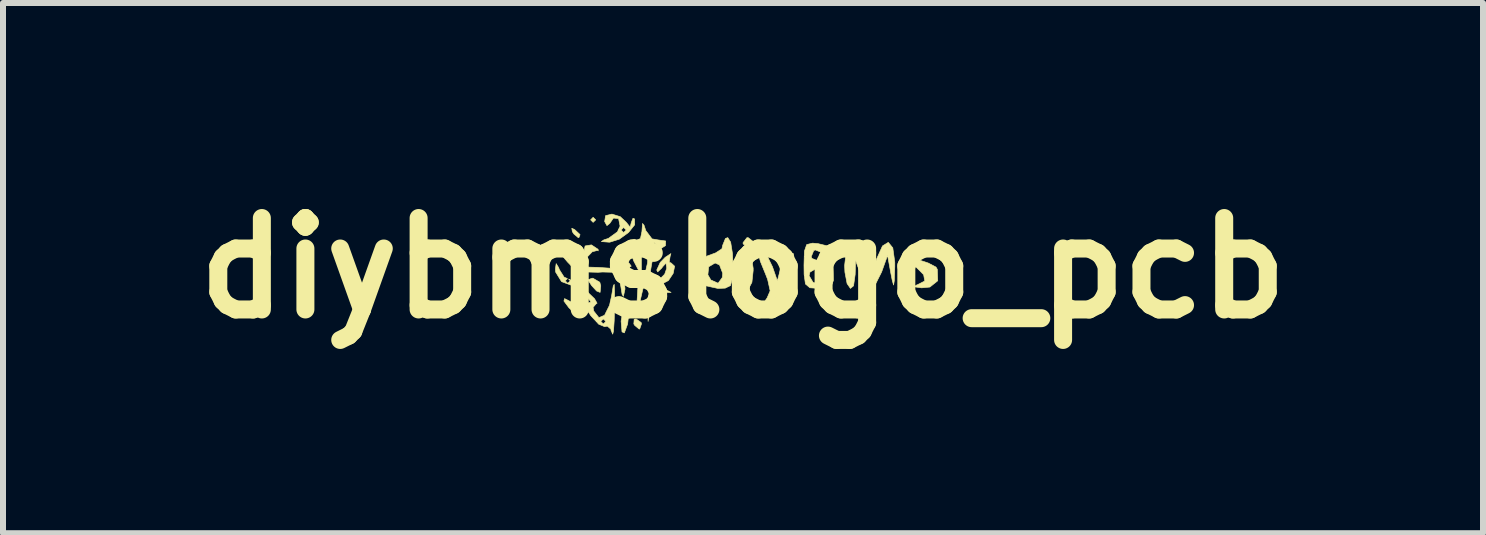
<source format=kicad_pcb>
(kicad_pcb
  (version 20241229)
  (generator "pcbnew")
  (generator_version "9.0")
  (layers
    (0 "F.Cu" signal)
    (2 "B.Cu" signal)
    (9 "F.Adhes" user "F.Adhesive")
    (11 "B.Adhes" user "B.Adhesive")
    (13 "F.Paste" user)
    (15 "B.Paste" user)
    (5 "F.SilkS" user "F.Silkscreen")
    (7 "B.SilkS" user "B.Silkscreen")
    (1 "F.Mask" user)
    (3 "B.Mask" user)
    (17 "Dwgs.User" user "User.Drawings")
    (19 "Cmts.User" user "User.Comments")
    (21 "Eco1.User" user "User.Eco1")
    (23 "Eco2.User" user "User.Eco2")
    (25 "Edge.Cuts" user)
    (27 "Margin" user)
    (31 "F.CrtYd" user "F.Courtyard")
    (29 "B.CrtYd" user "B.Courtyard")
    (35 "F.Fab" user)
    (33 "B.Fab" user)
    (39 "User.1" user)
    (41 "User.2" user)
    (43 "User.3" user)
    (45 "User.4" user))
  (footprint "diybmslogo_pcb"
    (layer "F.Cu")
    (at 9.333 1.418)
    (property "Reference" "diybmslogo_pcb" (at 0 0 0) (layer "F.SilkS") (effects (font (size 1.524 1.524) (thickness 0.3))))
    (attr through_hole)
    (fp_poly (pts (xy -2.455 -0.804) (xy -2.498 -0.762) (xy -2.54 -0.804) (xy -2.498 -0.847) (xy -2.455 -0.804)) (stroke (width 0.01) (type solid)) (fill yes) (layer "F.SilkS"))
    (fp_poly (pts (xy -1.355 0.635) (xy -1.397 0.677) (xy -1.439 0.635) (xy -1.397 0.593) (xy -1.355 0.635)) (stroke (width 0.01) (type solid)) (fill yes) (layer "F.SilkS"))
    (fp_poly (pts (xy -2.807 -0.643) (xy -2.716 -0.558) (xy -2.735 -0.509) (xy -2.747 -0.508) (xy -2.818 -0.568) (xy -2.844 -0.606) (xy -2.854 -0.664) (xy -2.807 -0.643)) (stroke (width 0.01) (type solid)) (fill yes) (layer "F.SilkS"))
    (fp_poly (pts (xy -2.876 0.558) (xy -2.769 0.666) (xy -2.712 0.766) (xy -2.718 0.792) (xy -2.794 0.759) (xy -2.9 0.663) (xy -2.985 0.549) (xy -2.974 0.508) (xy -2.876 0.558)) (stroke (width 0.01) (type solid)) (fill yes) (layer "F.SilkS"))
    (fp_poly (pts (xy -2.387 0.236) (xy -2.371 0.296) (xy -2.382 0.405) (xy -2.44 0.382) (xy -2.522 0.293) (xy -2.586 0.195) (xy -2.515 0.169) (xy -2.501 0.169) (xy -2.387 0.236)) (stroke (width 0.01) (type solid)) (fill yes) (layer "F.SilkS"))
    (fp_poly (pts (xy -2.072 -0.227) (xy -2.011 -0.18) (xy -1.894 -0.076) (xy -1.863 -0.032) (xy -1.904 -0.007) (xy -2.016 -0.115) (xy -2.043 -0.148) (xy -2.116 -0.248) (xy -2.072 -0.227)) (stroke (width 0.01) (type solid)) (fill yes) (layer "F.SilkS"))
    (fp_poly (pts (xy -1.911 0.824) (xy -1.923 0.931) (xy -1.978 1.08) (xy -2.017 1.063) (xy -2.032 0.884) (xy -2.032 0.884) (xy -2.007 0.741) (xy -1.955 0.715) (xy -1.911 0.824)) (stroke (width 0.01) (type solid)) (fill yes) (layer "F.SilkS"))
    (fp_poly (pts (xy -1.697 0.908) (xy -1.693 0.931) (xy -1.722 1.014) (xy -1.731 1.016) (xy -1.803 0.957) (xy -1.82 0.931) (xy -1.814 0.853) (xy -1.783 0.847) (xy -1.697 0.908)) (stroke (width 0.01) (type solid)) (fill yes) (layer "F.SilkS"))
    (fp_poly (pts (xy 0.167 -0.444) (xy 0.169 -0.423) (xy 0.105 -0.341) (xy 0.085 -0.339) (xy 0.002 -0.403) (xy 0 -0.423) (xy 0.064 -0.506) (xy 0.085 -0.508) (xy 0.167 -0.444)) (stroke (width 0.01) (type solid)) (fill yes) (layer "F.SilkS"))
    (fp_poly (pts (xy 0.141 -0.18) (xy 0.169 0.003) (xy 0.169 0.042) (xy 0.148 0.238) (xy 0.096 0.336) (xy 0.085 0.339) (xy 0.029 0.264) (xy 0.001 0.081) (xy 0 0.042) (xy 0.021 -0.154) (xy 0.074 -0.251) (xy 0.085 -0.254) (xy 0.141 -0.18)) (stroke (width 0.01) (type solid)) (fill yes) (layer "F.SilkS"))
    (fp_poly (pts (xy -2.916 -0.452) (xy -2.801 -0.343) (xy -2.787 -0.327) (xy -2.673 -0.217) (xy -2.648 -0.246) (xy -2.654 -0.267) (xy -2.632 -0.369) (xy -2.527 -0.387) (xy -2.415 -0.313) (xy -2.413 -0.287) (xy -2.426 -0.295) (xy -2.513 -0.272) (xy -2.577 -0.205) (xy -2.662 -0.123) (xy -2.753 -0.167) (xy -2.818 -0.234) (xy -2.929 -0.379) (xy -2.963 -0.461) (xy -2.916 -0.452)) (stroke (width 0.01) (type solid)) (fill yes) (layer "F.SilkS"))
    (fp_poly (pts (xy -2.907 -0.141) (xy -2.632 -0.018) (xy -2.422 -0.012) (xy -2.136 0.007) (xy -1.986 0.126) (xy -1.967 0.347) (xy -1.967 0.35) (xy -1.993 0.47) (xy -2.015 0.439) (xy -2.038 0.298) (xy -2.075 0.137) (xy -2.158 0.07) (xy -2.342 0.065) (xy -2.416 0.07) (xy -2.675 0.063) (xy -2.847 -0.021) (xy -2.924 -0.101) (xy -3.09 -0.296) (xy -2.907 -0.141)) (stroke (width 0.01) (type solid)) (fill yes) (layer "F.SilkS"))
    (fp_poly (pts (xy 0.84 -0.24) (xy 0.847 -0.193) (xy 0.81 -0.013) (xy 0.718 0.211) (xy 0.602 0.423) (xy 0.491 0.564) (xy 0.437 0.593) (xy 0.354 0.567) (xy 0.402 0.495) (xy 0.452 0.379) (xy 0.41 0.189) (xy 0.377 0.104) (xy 0.288 -0.114) (xy 0.261 -0.219) (xy 0.29 -0.252) (xy 0.332 -0.254) (xy 0.412 -0.183) (xy 0.491 -0.021) (xy 0.572 0.212) (xy 0.634 -0.021) (xy 0.702 -0.176) (xy 0.784 -0.26) (xy 0.84 -0.24)) (stroke (width 0.01) (type solid)) (fill yes) (layer "F.SilkS"))
    (fp_poly (pts (xy 3.19 -0.41) (xy 3.183 -0.384) (xy 3.064 -0.334) (xy 2.935 -0.234) (xy 2.944 -0.132) (xy 3.085 -0.085) (xy 3.086 -0.085) (xy 3.216 -0.017) (xy 3.238 0.021) (xy 3.245 0.211) (xy 3.114 0.316) (xy 2.977 0.329) (xy 2.851 0.312) (xy 2.889 0.283) (xy 2.9 0.28) (xy 3.029 0.215) (xy 3.01 0.11) (xy 2.88 -0.021) (xy 2.763 -0.193) (xy 2.796 -0.339) (xy 2.965 -0.415) (xy 3.036 -0.418) (xy 3.19 -0.41)) (stroke (width 0.01) (type solid)) (fill yes) (layer "F.SilkS"))
    (fp_poly (pts (xy -0.206 -0.432) (xy -0.175 -0.237) (xy -0.169 -0.085) (xy -0.175 0.166) (xy -0.209 0.291) (xy -0.297 0.334) (xy -0.418 0.339) (xy -0.629 0.293) (xy -0.721 0.165) (xy -0.72 0.112) (xy -0.586 0.112) (xy -0.536 0.198) (xy -0.415 0.252) (xy -0.345 0.156) (xy -0.339 0.085) (xy -0.392 -0.053) (xy -0.466 -0.085) (xy -0.572 -0.022) (xy -0.586 0.112) (xy -0.72 0.112) (xy -0.717 -0.037) (xy -0.605 -0.199) (xy -0.455 -0.254) (xy -0.352 -0.322) (xy -0.339 -0.381) (xy -0.293 -0.494) (xy -0.254 -0.508) (xy -0.206 -0.432)) (stroke (width 0.01) (type solid)) (fill yes) (layer "F.SilkS"))
    (fp_poly (pts (xy 2.496 -0.337) (xy 2.529 -0.1) (xy 2.529 -0.021) (xy 2.521 0.21) (xy 2.509 0.282) (xy 2.487 0.207) (xy 2.463 0.085) (xy 2.409 -0.212) (xy 2.31 0.064) (xy 2.203 0.277) (xy 2.1 0.322) (xy 1.999 0.198) (xy 1.961 0.106) (xy 1.876 -0.127) (xy 1.869 0.106) (xy 1.842 0.295) (xy 1.79 0.339) (xy 1.734 0.258) (xy 1.698 0.069) (xy 1.693 -0.042) (xy 1.723 -0.308) (xy 1.801 -0.422) (xy 1.907 -0.38) (xy 2.024 -0.175) (xy 2.034 -0.148) (xy 2.138 0.127) (xy 2.224 -0.148) (xy 2.324 -0.369) (xy 2.421 -0.429) (xy 2.496 -0.337)) (stroke (width 0.01) (type solid)) (fill yes) (layer "F.SilkS"))
    (fp_poly (pts (xy -1.216 -0.191) (xy -1.23 -0.098) (xy -1.198 -0.085) (xy -1.14 -0.031) (xy -1.164 0.088) (xy -1.243 0.207) (xy -1.343 0.26) (xy -1.419 0.278) (xy -1.343 0.331) (xy -1.312 0.346) (xy -1.199 0.405) (xy -1.243 0.407) (xy -1.329 0.392) (xy -1.463 0.396) (xy -1.528 0.505) (xy -1.548 0.623) (xy -1.582 0.889) (xy -1.595 0.615) (xy -1.559 0.366) (xy -1.439 0.234) (xy -1.306 0.102) (xy -1.271 0.001) (xy -1.284 -0.084) (xy -1.341 -0.021) (xy -1.355 0) (xy -1.422 0.063) (xy -1.438 0.032) (xy -1.38 -0.094) (xy -1.296 -0.18) (xy -1.202 -0.242) (xy -1.216 -0.191)) (stroke (width 0.01) (type solid)) (fill yes) (layer "F.SilkS"))
    (fp_poly (pts (xy -2.046 -0.857) (xy -1.945 -0.762) (xy -1.881 -0.682) (xy -1.864 -0.752) (xy -1.864 -0.755) (xy -1.834 -0.831) (xy -1.807 -0.819) (xy -1.806 -0.721) (xy -1.908 -0.594) (xy -2.062 -0.482) (xy -2.22 -0.432) (xy -2.236 -0.432) (xy -2.361 -0.442) (xy -2.32 -0.47) (xy -2.244 -0.495) (xy -2.094 -0.604) (xy -2.079 -0.635) (xy -2.032 -0.635) (xy -1.99 -0.593) (xy -1.947 -0.635) (xy -1.99 -0.677) (xy -2.032 -0.635) (xy -2.079 -0.635) (xy -2.049 -0.699) (xy -2.074 -0.825) (xy -2.16 -0.834) (xy -2.221 -0.745) (xy -2.268 -0.708) (xy -2.306 -0.776) (xy -2.291 -0.874) (xy -2.185 -0.9) (xy -2.046 -0.857)) (stroke (width 0.01) (type solid)) (fill yes) (layer "F.SilkS"))
    (fp_poly (pts (xy 1.249 -0.408) (xy 1.397 -0.372) (xy 1.47 -0.277) (xy 1.499 -0.073) (xy 1.502 -0.021) (xy 1.507 0.204) (xy 1.468 0.308) (xy 1.353 0.337) (xy 1.269 0.339) (xy 1.114 0.328) (xy 1.04 0.265) (xy 1.021 0.127) (xy 1.101 0.127) (xy 1.168 0.239) (xy 1.228 0.254) (xy 1.34 0.186) (xy 1.355 0.127) (xy 1.287 0.015) (xy 1.228 0) (xy 1.115 0.068) (xy 1.101 0.127) (xy 1.021 0.127) (xy 1.018 0.104) (xy 1.016 -0.048) (xy 1.02 -0.189) (xy 1.136 -0.189) (xy 1.147 -0.162) (xy 1.25 -0.12) (xy 1.277 -0.131) (xy 1.319 -0.234) (xy 1.308 -0.261) (xy 1.205 -0.303) (xy 1.178 -0.292) (xy 1.136 -0.189) (xy 1.02 -0.189) (xy 1.023 -0.283) (xy 1.061 -0.392) (xy 1.158 -0.416) (xy 1.249 -0.408)) (stroke (width 0.01) (type solid)) (fill yes) (layer "F.SilkS"))
    (fp_poly (pts (xy -1.65 -0.715) (xy -1.621 -0.626) (xy -1.517 -0.487) (xy -1.418 -0.47) (xy -1.289 -0.452) (xy -1.292 -0.375) (xy -1.397 -0.308) (xy -1.497 -0.194) (xy -1.524 -0.062) (xy -1.555 0.127) (xy -1.602 0.216) (xy -1.67 0.353) (xy -1.716 0.55) (xy -1.753 0.804) (xy -1.765 0.534) (xy -1.753 0.333) (xy -1.706 0.219) (xy -1.703 0.218) (xy -1.636 0.105) (xy -1.592 -0.085) (xy -1.584 -0.275) (xy -1.618 -0.381) (xy -1.524 -0.381) (xy -1.482 -0.339) (xy -1.439 -0.381) (xy -1.482 -0.423) (xy -1.524 -0.381) (xy -1.618 -0.381) (xy -1.62 -0.388) (xy -1.623 -0.39) (xy -1.67 -0.347) (xy -1.693 -0.185) (xy -1.694 -0.153) (xy -1.694 0.127) (xy -1.82 -0.115) (xy -1.894 -0.314) (xy -1.893 -0.339) (xy -1.863 -0.339) (xy -1.832 -0.269) (xy -1.806 -0.282) (xy -1.796 -0.383) (xy -1.806 -0.395) (xy -1.857 -0.383) (xy -1.863 -0.339) (xy -1.893 -0.339) (xy -1.889 -0.45) (xy -1.812 -0.481) (xy -1.772 -0.462) (xy -1.709 -0.494) (xy -1.685 -0.609) (xy -1.675 -0.744) (xy -1.65 -0.715)) (stroke (width 0.01) (type solid)) (fill yes) (layer "F.SilkS"))
    (fp_poly (pts (xy -3.075 -0.011) (xy -3.06 0.027) (xy -2.982 0.15) (xy -2.935 0.171) (xy -2.927 0.175) (xy -2.963 0.212) (xy -2.921 0.254) (xy -2.879 0.212) (xy -2.907 0.183) (xy -2.835 0.214) (xy -2.667 0.334) (xy -2.614 0.377) (xy -2.475 0.51) (xy -2.432 0.586) (xy -2.446 0.593) (xy -2.499 0.654) (xy -2.487 0.717) (xy -2.402 0.825) (xy -2.308 0.786) (xy -2.225 0.619) (xy -2.191 0.466) (xy -2.163 0.298) (xy -2.147 0.27) (xy -2.141 0.393) (xy -2.141 0.614) (xy -2.147 0.875) (xy -2.159 1.052) (xy -2.172 1.101) (xy -2.201 1.035) (xy -2.201 1.019) (xy -2.262 0.967) (xy -2.307 0.976) (xy -2.405 0.935) (xy -2.447 0.889) (xy -2.371 0.889) (xy -2.328 0.931) (xy -2.286 0.889) (xy -2.328 0.847) (xy -2.371 0.889) (xy -2.447 0.889) (xy -2.536 0.794) (xy -2.66 0.608) (xy -2.73 0.448) (xy -2.696 0.448) (xy -2.675 0.495) (xy -2.59 0.586) (xy -2.541 0.567) (xy -2.54 0.555) (xy -2.6 0.484) (xy -2.638 0.458) (xy -2.696 0.448) (xy -2.73 0.448) (xy -2.737 0.431) (xy -2.746 0.381) (xy -2.817 0.298) (xy -2.836 0.295) (xy -3.024 0.226) (xy -3.123 0.066) (xy -3.127 0.016) (xy -3.114 -0.075) (xy -3.075 -0.011)) (stroke (width 0.01) (type solid)) (fill yes) (layer "F.SilkS")))
  (gr_rect
    (start -3 -3)
    (end 21.665 5.836)
    (stroke (width 0.1) (type default))
    (fill no)
    (layer "Edge.Cuts")))
</source>
